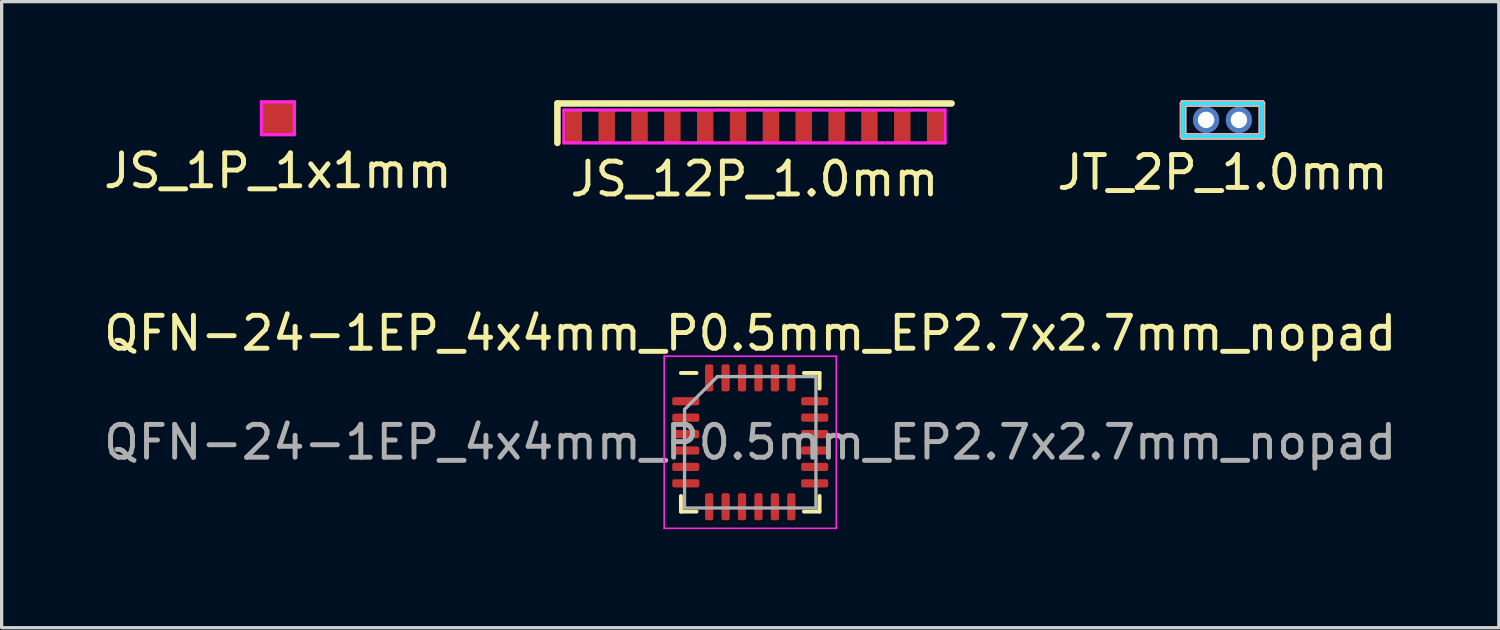
<source format=kicad_pcb>
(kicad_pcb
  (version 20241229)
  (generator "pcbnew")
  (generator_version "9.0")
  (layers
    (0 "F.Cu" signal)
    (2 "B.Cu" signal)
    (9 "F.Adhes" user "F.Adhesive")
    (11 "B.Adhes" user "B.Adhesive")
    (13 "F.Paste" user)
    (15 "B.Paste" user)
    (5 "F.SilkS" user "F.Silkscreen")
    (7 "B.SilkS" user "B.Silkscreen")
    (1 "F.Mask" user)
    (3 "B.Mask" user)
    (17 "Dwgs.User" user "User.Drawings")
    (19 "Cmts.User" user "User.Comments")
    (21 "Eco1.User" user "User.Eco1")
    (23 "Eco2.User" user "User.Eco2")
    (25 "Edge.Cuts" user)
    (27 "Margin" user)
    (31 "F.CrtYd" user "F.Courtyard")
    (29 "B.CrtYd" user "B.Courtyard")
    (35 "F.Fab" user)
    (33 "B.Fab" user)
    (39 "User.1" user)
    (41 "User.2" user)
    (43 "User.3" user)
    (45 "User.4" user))
  (footprint "JT_2P_1.0mm"
    (layer "F.Cu")
    (at 34.17 0.6)
    (property "Reference" "JT_2P_1.0mm" (at 0 1.6 0) (layer "F.SilkS") (effects (font (size 1 1) (thickness 0.15))))
    (attr through_hole)
    (fp_line (start -1.2 -0.5) (end 1.2 -0.5) (stroke (width 0.2) (type solid)) (layer "F.SilkS"))
    (fp_line (start -1.2 0.5) (end -1.2 -0.5) (stroke (width 0.2) (type solid)) (layer "F.SilkS"))
    (fp_line (start 1.2 -0.5) (end 1.2 0.5) (stroke (width 0.2) (type solid)) (layer "F.SilkS"))
    (fp_line (start 1.2 0.5) (end -1.2 0.5) (stroke (width 0.2) (type solid)) (layer "F.SilkS"))
    (fp_line (start -1.2 -0.5) (end 1.2 -0.5) (stroke (width 0.2) (type solid)) (layer "B.SilkS"))
    (fp_line (start -1.2 0.5) (end -1.2 -0.5) (stroke (width 0.2) (type solid)) (layer "B.SilkS"))
    (fp_line (start 1.2 -0.5) (end 1.2 0.5) (stroke (width 0.2) (type solid)) (layer "B.SilkS"))
    (fp_line (start 1.2 0.5) (end -1.2 0.5) (stroke (width 0.2) (type solid)) (layer "B.SilkS"))
    (fp_line (start -1.2 -0.5) (end 1.2 -0.5) (stroke (width 0.1) (type solid)) (layer "B.CrtYd"))
    (fp_line (start -1.2 0.5) (end -1.2 -0.5) (stroke (width 0.1) (type solid)) (layer "B.CrtYd"))
    (fp_line (start 1.2 -0.5) (end 1.2 0.5) (stroke (width 0.1) (type solid)) (layer "B.CrtYd"))
    (fp_line (start 1.2 0.5) (end -1.2 0.5) (stroke (width 0.1) (type solid)) (layer "B.CrtYd"))
    (fp_line (start -1.2 -0.5) (end 1.2 -0.5) (stroke (width 0.1) (type solid)) (layer "F.CrtYd"))
    (fp_line (start -1.2 0.5) (end -1.2 -0.5) (stroke (width 0.1) (type solid)) (layer "F.CrtYd"))
    (fp_line (start 1.2 -0.5) (end 1.2 0.5) (stroke (width 0.1) (type solid)) (layer "F.CrtYd"))
    (fp_line (start 1.2 0.5) (end -1.2 0.5) (stroke (width 0.1) (type solid)) (layer "F.CrtYd"))
    (pad "1" thru_hole circle (at -0.5 0) (size 0.8 0.8) (drill 0.5) (layers "*.Cu" "*.Mask"))
    (pad "2" thru_hole circle (at 0.5 0) (size 0.8 0.8) (drill 0.5) (layers "*.Cu" "*.Mask")))
  (footprint "JS_1P_1x1mm"
    (layer "F.Cu")
    (at 5.411 0.55)
    (property "Reference" "JS_1P_1x1mm" (at 0 1.6 0) (layer "F.SilkS") (effects (font (size 1 1) (thickness 0.15))))
    (attr smd)
    (fp_line (start -0.5 -0.5) (end 0.5 -0.5) (stroke (width 0.1) (type solid)) (layer "F.CrtYd"))
    (fp_line (start -0.5 0.5) (end -0.5 -0.5) (stroke (width 0.1) (type solid)) (layer "F.CrtYd"))
    (fp_line (start 0.5 -0.5) (end 0.5 0.5) (stroke (width 0.1) (type solid)) (layer "F.CrtYd"))
    (fp_line (start 0.5 0.5) (end -0.5 0.5) (stroke (width 0.1) (type solid)) (layer "F.CrtYd"))
    (pad "1" smd rect (at 0 0) (size 1 1) (layers "F.Cu" "F.Mask" "F.Paste")))
  (footprint "QFN-24-1EP_4x4mm_P0.5mm_EP2.7x2.7mm_nopad"
    (layer "F.Cu")
    (at 19.792 10.416)
    (property "Reference" "QFN-24-1EP_4x4mm_P0.5mm_EP2.7x2.7mm_nopad" (at 0 -3.32 0) (layer "F.SilkS") (effects (font (size 1 1) (thickness 0.15))))
    (attr smd)
    (fp_line (start -2.11 2.11) (end -2.11 1.635) (stroke (width 0.12) (type solid)) (layer "F.SilkS"))
    (fp_line (start -1.635 -2.11) (end -2.11 -2.11) (stroke (width 0.12) (type solid)) (layer "F.SilkS"))
    (fp_line (start -1.635 2.11) (end -2.11 2.11) (stroke (width 0.12) (type solid)) (layer "F.SilkS"))
    (fp_line (start 1.635 -2.11) (end 2.11 -2.11) (stroke (width 0.12) (type solid)) (layer "F.SilkS"))
    (fp_line (start 1.635 2.11) (end 2.11 2.11) (stroke (width 0.12) (type solid)) (layer "F.SilkS"))
    (fp_line (start 2.11 -2.11) (end 2.11 -1.635) (stroke (width 0.12) (type solid)) (layer "F.SilkS"))
    (fp_line (start 2.11 2.11) (end 2.11 1.635) (stroke (width 0.12) (type solid)) (layer "F.SilkS"))
    (fp_line (start -2.62 -2.62) (end -2.62 2.62) (stroke (width 0.05) (type solid)) (layer "F.CrtYd"))
    (fp_line (start -2.62 2.62) (end 2.62 2.62) (stroke (width 0.05) (type solid)) (layer "F.CrtYd"))
    (fp_line (start 2.62 -2.62) (end -2.62 -2.62) (stroke (width 0.05) (type solid)) (layer "F.CrtYd"))
    (fp_line (start 2.62 2.62) (end 2.62 -2.62) (stroke (width 0.05) (type solid)) (layer "F.CrtYd"))
    (fp_line (start -2 -1) (end -1 -2) (stroke (width 0.1) (type solid)) (layer "F.Fab"))
    (fp_line (start -2 2) (end -2 -1) (stroke (width 0.1) (type solid)) (layer "F.Fab"))
    (fp_line (start -1 -2) (end 2 -2) (stroke (width 0.1) (type solid)) (layer "F.Fab"))
    (fp_line (start 2 -2) (end 2 2) (stroke (width 0.1) (type solid)) (layer "F.Fab"))
    (fp_line (start 2 2) (end -2 2) (stroke (width 0.1) (type solid)) (layer "F.Fab"))
    (fp_text user "${REFERENCE}" (at 0 0 0) (layer "F.Fab") (effects (font (size 1 1) (thickness 0.15))))
    (pad "1" smd roundrect (at -1.962 -1.25) (size 0.825 0.25) (layers "F.Cu" "F.Mask" "F.Paste") (roundrect_rratio 0.25))
    (pad "2" smd roundrect (at -1.962 -0.75) (size 0.825 0.25) (layers "F.Cu" "F.Mask" "F.Paste") (roundrect_rratio 0.25))
    (pad "3" smd roundrect (at -1.962 -0.25) (size 0.825 0.25) (layers "F.Cu" "F.Mask" "F.Paste") (roundrect_rratio 0.25))
    (pad "4" smd roundrect (at -1.962 0.25) (size 0.825 0.25) (layers "F.Cu" "F.Mask" "F.Paste") (roundrect_rratio 0.25))
    (pad "5" smd roundrect (at -1.962 0.75) (size 0.825 0.25) (layers "F.Cu" "F.Mask" "F.Paste") (roundrect_rratio 0.25))
    (pad "6" smd roundrect (at -1.962 1.25) (size 0.825 0.25) (layers "F.Cu" "F.Mask" "F.Paste") (roundrect_rratio 0.25))
    (pad "7" smd roundrect (at -1.25 1.962) (size 0.25 0.825) (layers "F.Cu" "F.Mask" "F.Paste") (roundrect_rratio 0.25))
    (pad "8" smd roundrect (at -0.75 1.962) (size 0.25 0.825) (layers "F.Cu" "F.Mask" "F.Paste") (roundrect_rratio 0.25))
    (pad "9" smd roundrect (at -0.25 1.962) (size 0.25 0.825) (layers "F.Cu" "F.Mask" "F.Paste") (roundrect_rratio 0.25))
    (pad "10" smd roundrect (at 0.25 1.962) (size 0.25 0.825) (layers "F.Cu" "F.Mask" "F.Paste") (roundrect_rratio 0.25))
    (pad "11" smd roundrect (at 0.75 1.962) (size 0.25 0.825) (layers "F.Cu" "F.Mask" "F.Paste") (roundrect_rratio 0.25))
    (pad "12" smd roundrect (at 1.25 1.962) (size 0.25 0.825) (layers "F.Cu" "F.Mask" "F.Paste") (roundrect_rratio 0.25))
    (pad "13" smd roundrect (at 1.962 1.25) (size 0.825 0.25) (layers "F.Cu" "F.Mask" "F.Paste") (roundrect_rratio 0.25))
    (pad "14" smd roundrect (at 1.962 0.75) (size 0.825 0.25) (layers "F.Cu" "F.Mask" "F.Paste") (roundrect_rratio 0.25))
    (pad "15" smd roundrect (at 1.962 0.25) (size 0.825 0.25) (layers "F.Cu" "F.Mask" "F.Paste") (roundrect_rratio 0.25))
    (pad "16" smd roundrect (at 1.962 -0.25) (size 0.825 0.25) (layers "F.Cu" "F.Mask" "F.Paste") (roundrect_rratio 0.25))
    (pad "17" smd roundrect (at 1.962 -0.75) (size 0.825 0.25) (layers "F.Cu" "F.Mask" "F.Paste") (roundrect_rratio 0.25))
    (pad "18" smd roundrect (at 1.962 -1.25) (size 0.825 0.25) (layers "F.Cu" "F.Mask" "F.Paste") (roundrect_rratio 0.25))
    (pad "19" smd roundrect (at 1.25 -1.962) (size 0.25 0.825) (layers "F.Cu" "F.Mask" "F.Paste") (roundrect_rratio 0.25))
    (pad "20" smd roundrect (at 0.75 -1.962) (size 0.25 0.825) (layers "F.Cu" "F.Mask" "F.Paste") (roundrect_rratio 0.25))
    (pad "21" smd roundrect (at 0.25 -1.962) (size 0.25 0.825) (layers "F.Cu" "F.Mask" "F.Paste") (roundrect_rratio 0.25))
    (pad "22" smd roundrect (at -0.25 -1.962) (size 0.25 0.825) (layers "F.Cu" "F.Mask" "F.Paste") (roundrect_rratio 0.25))
    (pad "23" smd roundrect (at -0.75 -1.962) (size 0.25 0.825) (layers "F.Cu" "F.Mask" "F.Paste") (roundrect_rratio 0.25))
    (pad "24" smd roundrect (at -1.25 -1.962) (size 0.25 0.825) (layers "F.Cu" "F.Mask" "F.Paste") (roundrect_rratio 0.25)))
  (footprint "JS_12P_1.0mm"
    (layer "F.Cu")
    (at 19.921 0.8)
    (property "Reference" "JS_12P_1.0mm" (at 0 1.6 0) (layer "F.SilkS") (effects (font (size 1 1) (thickness 0.15))))
    (attr smd)
    (fp_line (start -6 -0.7) (end 6 -0.7) (stroke (width 0.2) (type solid)) (layer "F.SilkS"))
    (fp_line (start -6 0.5) (end -6 -0.7) (stroke (width 0.2) (type solid)) (layer "F.SilkS"))
    (fp_line (start -5.8 -0.5) (end -5.8 0.5) (stroke (width 0.1) (type solid)) (layer "F.CrtYd"))
    (fp_line (start -5.8 0.5) (end 5.8 0.5) (stroke (width 0.1) (type solid)) (layer "F.CrtYd"))
    (fp_line (start 5.8 -0.5) (end -5.8 -0.5) (stroke (width 0.1) (type solid)) (layer "F.CrtYd"))
    (fp_line (start 5.8 0.5) (end 5.8 -0.5) (stroke (width 0.1) (type solid)) (layer "F.CrtYd"))
    (pad "1" smd rect (at -5.5 0) (size 0.5 1) (layers "F.Cu" "F.Mask" "F.Paste"))
    (pad "2" smd rect (at -4.5 0) (size 0.5 1) (layers "F.Cu" "F.Mask" "F.Paste"))
    (pad "3" smd rect (at -3.5 0) (size 0.5 1) (layers "F.Cu" "F.Mask" "F.Paste"))
    (pad "4" smd rect (at -2.5 0) (size 0.5 1) (layers "F.Cu" "F.Mask" "F.Paste"))
    (pad "5" smd rect (at -1.5 0) (size 0.5 1) (layers "F.Cu" "F.Mask" "F.Paste"))
    (pad "6" smd rect (at -0.5 0) (size 0.5 1) (layers "F.Cu" "F.Mask" "F.Paste"))
    (pad "7" smd rect (at 0.5 0) (size 0.5 1) (layers "F.Cu" "F.Mask" "F.Paste"))
    (pad "8" smd rect (at 1.5 0) (size 0.5 1) (layers "F.Cu" "F.Mask" "F.Paste"))
    (pad "9" smd rect (at 2.5 0) (size 0.5 1) (layers "F.Cu" "F.Mask" "F.Paste"))
    (pad "10" smd rect (at 3.5 0) (size 0.5 1) (layers "F.Cu" "F.Mask" "F.Paste"))
    (pad "11" smd rect (at 4.5 0) (size 0.5 1) (layers "F.Cu" "F.Mask" "F.Paste"))
    (pad "12" smd rect (at 5.5 0) (size 0.5 1) (layers "F.Cu" "F.Mask" "F.Paste")))
  (gr_rect
    (start -3 -3)
    (end 42.583 16.061)
    (stroke (width 0.1) (type default))
    (fill no)
    (layer "Edge.Cuts")))
</source>
